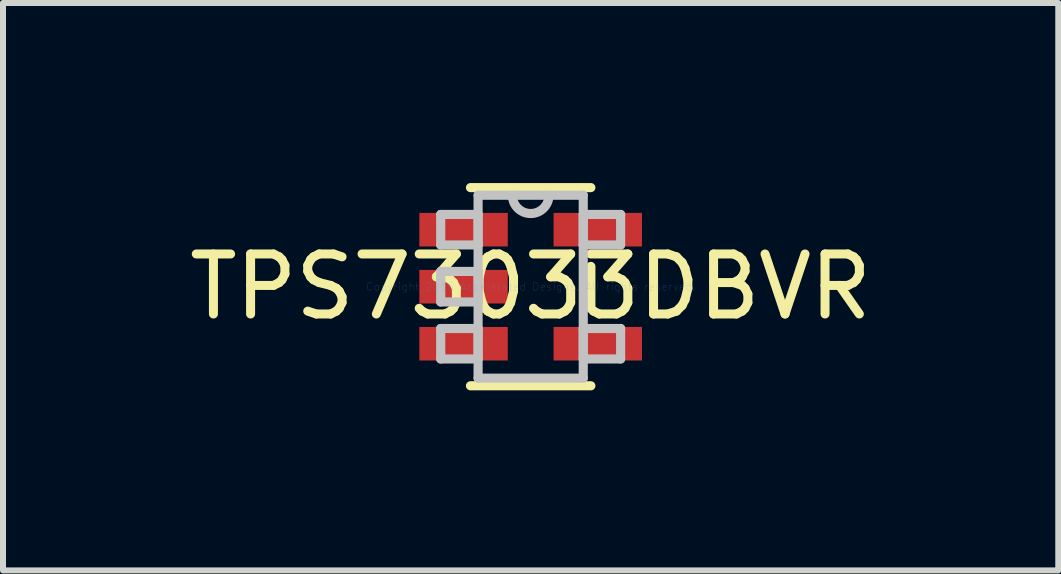
<source format=kicad_pcb>
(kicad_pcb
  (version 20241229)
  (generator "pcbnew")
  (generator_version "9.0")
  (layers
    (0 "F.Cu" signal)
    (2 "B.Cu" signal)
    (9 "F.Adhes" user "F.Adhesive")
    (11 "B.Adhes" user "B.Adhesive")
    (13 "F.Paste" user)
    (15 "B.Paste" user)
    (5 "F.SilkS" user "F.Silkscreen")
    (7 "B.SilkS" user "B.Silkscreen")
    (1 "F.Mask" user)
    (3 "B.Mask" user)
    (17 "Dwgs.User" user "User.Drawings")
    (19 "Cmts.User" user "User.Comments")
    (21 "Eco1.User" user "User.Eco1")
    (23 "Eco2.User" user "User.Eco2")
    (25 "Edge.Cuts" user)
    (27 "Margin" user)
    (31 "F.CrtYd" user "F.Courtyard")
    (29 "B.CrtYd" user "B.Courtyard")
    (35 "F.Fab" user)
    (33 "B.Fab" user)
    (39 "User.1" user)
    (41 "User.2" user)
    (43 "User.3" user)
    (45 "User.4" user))
  (footprint "TPS73033DBVR"
    (layer "F.Cu")
    (at 5.792 1.727)
    (property "Reference" "TPS73033DBVR" (at 0 0 0) (layer "F.SilkS") (effects (font (size 1 1) (thickness 0.15))))
    (attr through_hole)
    (fp_line (start -1.003 1.651) (end 1.003 1.651) (stroke (width 0.152) (type solid)) (layer "F.SilkS"))
    (fp_line (start 1.003 -1.651) (end -1.003 -1.651) (stroke (width 0.152) (type solid)) (layer "F.SilkS"))
    (fp_line (start 1.003 0.338) (end 1.003 -0.338) (stroke (width 0.152) (type solid)) (layer "F.SilkS"))
    (fp_line (start -1.499 -1.204) (end -1.499 -0.696) (stroke (width 0.152) (type solid)) (layer "Dwgs.User"))
    (fp_line (start -1.499 -0.696) (end -0.876 -0.696) (stroke (width 0.152) (type solid)) (layer "Dwgs.User"))
    (fp_line (start -1.499 -0.254) (end -1.499 0.254) (stroke (width 0.152) (type solid)) (layer "Dwgs.User"))
    (fp_line (start -1.499 0.254) (end -0.876 0.254) (stroke (width 0.152) (type solid)) (layer "Dwgs.User"))
    (fp_line (start -1.499 0.696) (end -1.499 1.204) (stroke (width 0.152) (type solid)) (layer "Dwgs.User"))
    (fp_line (start -1.499 1.204) (end -0.876 1.204) (stroke (width 0.152) (type solid)) (layer "Dwgs.User"))
    (fp_line (start -0.876 -1.524) (end -0.876 1.524) (stroke (width 0.152) (type solid)) (layer "Dwgs.User"))
    (fp_line (start -0.876 -1.204) (end -1.499 -1.204) (stroke (width 0.152) (type solid)) (layer "Dwgs.User"))
    (fp_line (start -0.876 -0.696) (end -0.876 -1.204) (stroke (width 0.152) (type solid)) (layer "Dwgs.User"))
    (fp_line (start -0.876 -0.254) (end -1.499 -0.254) (stroke (width 0.152) (type solid)) (layer "Dwgs.User"))
    (fp_line (start -0.876 0.254) (end -0.876 -0.254) (stroke (width 0.152) (type solid)) (layer "Dwgs.User"))
    (fp_line (start -0.876 0.696) (end -1.499 0.696) (stroke (width 0.152) (type solid)) (layer "Dwgs.User"))
    (fp_line (start -0.876 1.204) (end -0.876 0.696) (stroke (width 0.152) (type solid)) (layer "Dwgs.User"))
    (fp_line (start -0.876 1.524) (end 0.876 1.524) (stroke (width 0.152) (type solid)) (layer "Dwgs.User"))
    (fp_line (start 0.876 -1.524) (end -0.876 -1.524) (stroke (width 0.152) (type solid)) (layer "Dwgs.User"))
    (fp_line (start 0.876 -1.204) (end 0.876 -0.696) (stroke (width 0.152) (type solid)) (layer "Dwgs.User"))
    (fp_line (start 0.876 -0.696) (end 1.499 -0.696) (stroke (width 0.152) (type solid)) (layer "Dwgs.User"))
    (fp_line (start 0.876 0.696) (end 0.876 1.204) (stroke (width 0.152) (type solid)) (layer "Dwgs.User"))
    (fp_line (start 0.876 1.204) (end 1.499 1.204) (stroke (width 0.152) (type solid)) (layer "Dwgs.User"))
    (fp_line (start 0.876 1.524) (end 0.876 -1.524) (stroke (width 0.152) (type solid)) (layer "Dwgs.User"))
    (fp_line (start 1.499 -1.204) (end 0.876 -1.204) (stroke (width 0.152) (type solid)) (layer "Dwgs.User"))
    (fp_line (start 1.499 -0.696) (end 1.499 -1.204) (stroke (width 0.152) (type solid)) (layer "Dwgs.User"))
    (fp_line (start 1.499 0.696) (end 0.876 0.696) (stroke (width 0.152) (type solid)) (layer "Dwgs.User"))
    (fp_line (start 1.499 1.204) (end 1.499 0.696) (stroke (width 0.152) (type solid)) (layer "Dwgs.User"))
    (fp_arc (start 0.3048 -1.524) (mid 0 -1.2192) (end -0.3048 -1.524) (stroke (width 0.1524) (type solid)) (layer "Dwgs.User"))
    (fp_text user "Copyright 2016 Accelerated Designs. All rights reserved." (at 0 0 0) (layer "Cmts.User") (effects (font (size 0.127 0.127) (thickness 0.002))))
    (pad "1" smd rect (at -1.118 -0.95) (size 1.473 0.559) (layers "F.Cu" "F.Mask" "F.Paste"))
    (pad "2" smd rect (at -1.118 0) (size 1.473 0.559) (layers "F.Cu" "F.Mask" "F.Paste"))
    (pad "3" smd rect (at -1.118 0.95) (size 1.473 0.559) (layers "F.Cu" "F.Mask" "F.Paste"))
    (pad "4" smd rect (at 1.118 0.95) (size 1.473 0.559) (layers "F.Cu" "F.Mask" "F.Paste"))
    (pad "5" smd rect (at 1.118 -0.95) (size 1.473 0.559) (layers "F.Cu" "F.Mask" "F.Paste")))
  (gr_rect
    (start -3 -3)
    (end 14.583 6.454)
    (stroke (width 0.1) (type default))
    (fill no)
    (layer "Edge.Cuts")))
</source>
